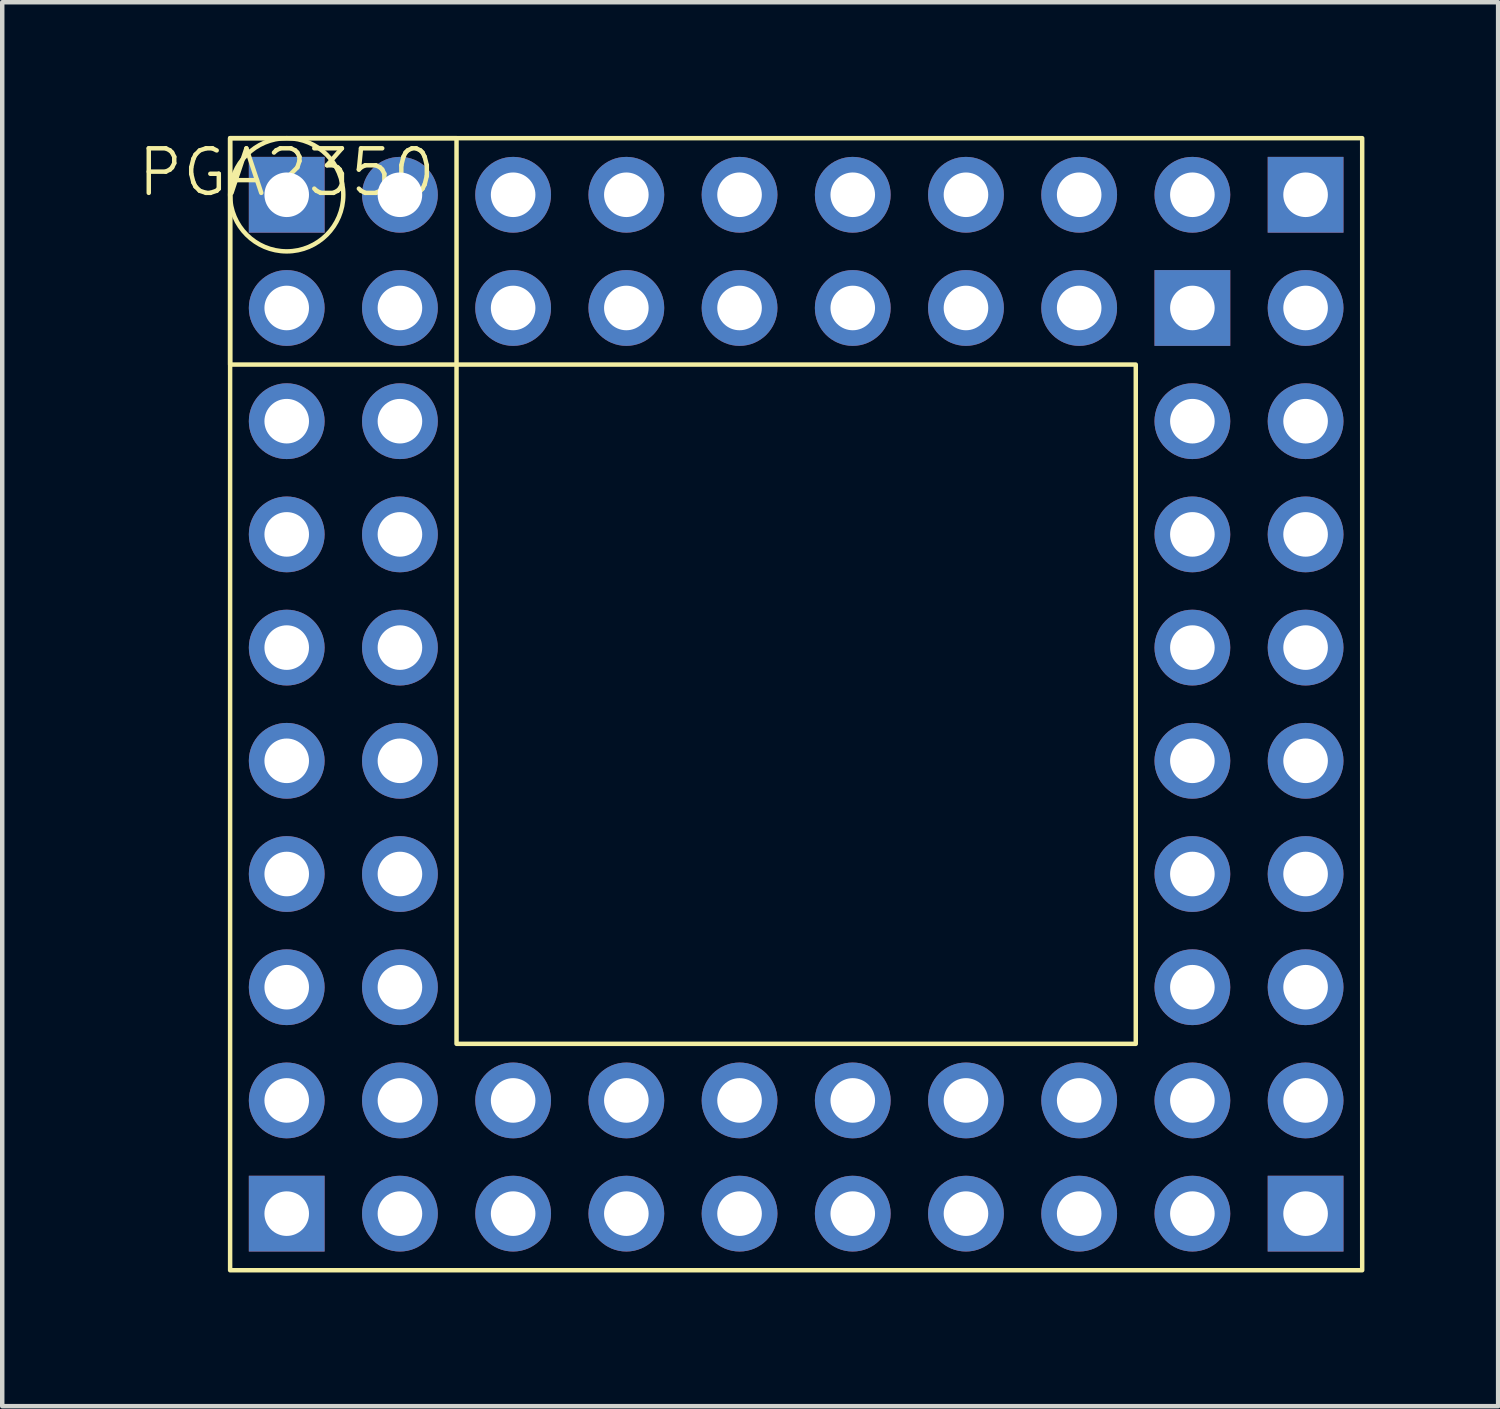
<source format=kicad_pcb>
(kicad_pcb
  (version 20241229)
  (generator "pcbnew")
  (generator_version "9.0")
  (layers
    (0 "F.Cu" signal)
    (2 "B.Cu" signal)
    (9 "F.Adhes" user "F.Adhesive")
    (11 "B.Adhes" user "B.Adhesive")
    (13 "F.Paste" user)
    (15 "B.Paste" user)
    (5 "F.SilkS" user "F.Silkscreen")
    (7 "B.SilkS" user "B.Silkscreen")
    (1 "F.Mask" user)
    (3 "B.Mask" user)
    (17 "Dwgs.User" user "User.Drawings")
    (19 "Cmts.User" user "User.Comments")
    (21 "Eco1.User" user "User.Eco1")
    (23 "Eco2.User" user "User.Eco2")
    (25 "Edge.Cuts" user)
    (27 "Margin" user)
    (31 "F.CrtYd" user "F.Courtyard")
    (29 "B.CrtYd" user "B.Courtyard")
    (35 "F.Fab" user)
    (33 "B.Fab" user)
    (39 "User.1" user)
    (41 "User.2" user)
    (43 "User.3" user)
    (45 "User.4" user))
  (footprint "PGA2350"
    (layer "F.Cu")
    (at 3.383 1.32)
    (property "Reference" "PGA2350" (at 0 -0.5 0) (unlocked yes) (layer "F.SilkS") (effects (font (size 1 1) (thickness 0.1))))
    (attr through_hole)
    (fp_rect (start -1.27 -1.27) (end 3.81 3.81) (stroke (width 0.1) (type default)) (fill no) (layer "F.SilkS"))
    (fp_rect (start -1.27 -1.27) (end 24.13 24.13) (stroke (width 0.1) (type default)) (fill no) (layer "F.SilkS"))
    (fp_rect (start 3.81 3.81) (end 19.05 19.05) (stroke (width 0.1) (type default)) (fill no) (layer "F.SilkS"))
    (fp_circle (center 0 0) (end 0 1.27) (stroke (width 0.1) (type default)) (fill no) (layer "F.SilkS"))
    (pad "0" thru_hole oval (at 5.08 2.54) (size 1.7 1.7) (drill 1) (layers "*.Cu" "*.Mask"))
    (pad "1" thru_hole oval (at 2.54 0) (size 1.7 1.7) (drill 1) (layers "*.Cu" "*.Mask"))
    (pad "2" thru_hole oval (at 0 2.54) (size 1.7 1.7) (drill 1) (layers "*.Cu" "*.Mask"))
    (pad "3" thru_hole oval (at 2.54 5.08) (size 1.7 1.7) (drill 1) (layers "*.Cu" "*.Mask"))
    (pad "4" thru_hole oval (at 0 5.08) (size 1.7 1.7) (drill 1) (layers "*.Cu" "*.Mask"))
    (pad "5" thru_hole oval (at 2.54 7.62) (size 1.7 1.7) (drill 1) (layers "*.Cu" "*.Mask"))
    (pad "6" thru_hole oval (at 0 7.62) (size 1.7 1.7) (drill 1) (layers "*.Cu" "*.Mask"))
    (pad "7" thru_hole oval (at 2.54 10.16) (size 1.7 1.7) (drill 1) (layers "*.Cu" "*.Mask"))
    (pad "8" thru_hole oval (at 0 10.16) (size 1.7 1.7) (drill 1) (layers "*.Cu" "*.Mask"))
    (pad "9" thru_hole oval (at 2.54 12.7) (size 1.7 1.7) (drill 1) (layers "*.Cu" "*.Mask"))
    (pad "10" thru_hole oval (at 0 12.7) (size 1.7 1.7) (drill 1) (layers "*.Cu" "*.Mask"))
    (pad "11" thru_hole oval (at 2.54 15.24) (size 1.7 1.7) (drill 1) (layers "*.Cu" "*.Mask"))
    (pad "12" thru_hole oval (at 0 15.24) (size 1.7 1.7) (drill 1) (layers "*.Cu" "*.Mask"))
    (pad "13" thru_hole oval (at 2.54 17.78) (size 1.7 1.7) (drill 1) (layers "*.Cu" "*.Mask"))
    (pad "14" thru_hole oval (at 0 17.78) (size 1.7 1.7) (drill 1) (layers "*.Cu" "*.Mask"))
    (pad "15" thru_hole oval (at 2.54 20.32) (size 1.7 1.7) (drill 1) (layers "*.Cu" "*.Mask"))
    (pad "16" thru_hole oval (at 0 20.32) (size 1.7 1.7) (drill 1) (layers "*.Cu" "*.Mask"))
    (pad "17" thru_hole oval (at 2.54 22.86) (size 1.7 1.7) (drill 1) (layers "*.Cu" "*.Mask"))
    (pad "18" thru_hole oval (at 5.08 22.86) (size 1.7 1.7) (drill 1) (layers "*.Cu" "*.Mask"))
    (pad "19" thru_hole oval (at 5.08 20.32) (size 1.7 1.7) (drill 1) (layers "*.Cu" "*.Mask"))
    (pad "20" thru_hole oval (at 7.62 22.86) (size 1.7 1.7) (drill 1) (layers "*.Cu" "*.Mask"))
    (pad "21" thru_hole oval (at 7.62 20.32) (size 1.7 1.7) (drill 1) (layers "*.Cu" "*.Mask"))
    (pad "22" thru_hole oval (at 10.16 22.86) (size 1.7 1.7) (drill 1) (layers "*.Cu" "*.Mask"))
    (pad "23" thru_hole oval (at 10.16 20.32) (size 1.7 1.7) (drill 1) (layers "*.Cu" "*.Mask"))
    (pad "24" thru_hole oval (at 12.7 22.86) (size 1.7 1.7) (drill 1) (layers "*.Cu" "*.Mask"))
    (pad "25" thru_hole oval (at 12.7 20.32) (size 1.7 1.7) (drill 1) (layers "*.Cu" "*.Mask"))
    (pad "26" thru_hole oval (at 15.24 22.86) (size 1.7 1.7) (drill 1) (layers "*.Cu" "*.Mask"))
    (pad "27" thru_hole oval (at 15.24 20.32) (size 1.7 1.7) (drill 1) (layers "*.Cu" "*.Mask"))
    (pad "28" thru_hole oval (at 17.78 22.86) (size 1.7 1.7) (drill 1) (layers "*.Cu" "*.Mask"))
    (pad "29" thru_hole oval (at 17.78 20.32) (size 1.7 1.7) (drill 1) (layers "*.Cu" "*.Mask"))
    (pad "30" thru_hole oval (at 20.32 22.86) (size 1.7 1.7) (drill 1) (layers "*.Cu" "*.Mask"))
    (pad "31" thru_hole oval (at 20.32 20.32) (size 1.7 1.7) (drill 1) (layers "*.Cu" "*.Mask"))
    (pad "32" thru_hole oval (at 22.86 20.32) (size 1.7 1.7) (drill 1) (layers "*.Cu" "*.Mask"))
    (pad "33" thru_hole oval (at 20.32 17.78) (size 1.7 1.7) (drill 1) (layers "*.Cu" "*.Mask"))
    (pad "34" thru_hole oval (at 22.86 17.78) (size 1.7 1.7) (drill 1) (layers "*.Cu" "*.Mask"))
    (pad "35" thru_hole oval (at 20.32 15.24) (size 1.7 1.7) (drill 1) (layers "*.Cu" "*.Mask"))
    (pad "36" thru_hole oval (at 22.86 15.24) (size 1.7 1.7) (drill 1) (layers "*.Cu" "*.Mask"))
    (pad "37" thru_hole oval (at 20.32 12.7) (size 1.7 1.7) (drill 1) (layers "*.Cu" "*.Mask"))
    (pad "38" thru_hole oval (at 22.86 12.7) (size 1.7 1.7) (drill 1) (layers "*.Cu" "*.Mask"))
    (pad "39" thru_hole oval (at 20.32 10.16) (size 1.7 1.7) (drill 1) (layers "*.Cu" "*.Mask"))
    (pad "40" thru_hole oval (at 22.86 10.16) (size 1.7 1.7) (drill 1) (layers "*.Cu" "*.Mask"))
    (pad "41" thru_hole oval (at 20.32 7.62) (size 1.7 1.7) (drill 1) (layers "*.Cu" "*.Mask"))
    (pad "42" thru_hole oval (at 22.86 7.62) (size 1.7 1.7) (drill 1) (layers "*.Cu" "*.Mask"))
    (pad "43" thru_hole oval (at 20.32 5.08) (size 1.7 1.7) (drill 1) (layers "*.Cu" "*.Mask"))
    (pad "44" thru_hole oval (at 22.86 5.08) (size 1.7 1.7) (drill 1) (layers "*.Cu" "*.Mask"))
    (pad "45" thru_hole oval (at 22.86 2.54) (size 1.7 1.7) (drill 1) (layers "*.Cu" "*.Mask"))
    (pad "46" thru_hole oval (at 20.32 0) (size 1.7 1.7) (drill 1) (layers "*.Cu" "*.Mask"))
    (pad "47" thru_hole oval (at 17.78 2.54) (size 1.7 1.7) (drill 1) (layers "*.Cu" "*.Mask"))
    (pad "48" thru_hole oval (at 17.78 0) (size 1.7 1.7) (drill 1) (layers "*.Cu" "*.Mask"))
    (pad "49" thru_hole oval (at 15.24 2.54) (size 1.7 1.7) (drill 1) (layers "*.Cu" "*.Mask"))
    (pad "50" thru_hole oval (at 15.24 0) (size 1.7 1.7) (drill 1) (layers "*.Cu" "*.Mask"))
    (pad "51" thru_hole oval (at 12.7 0) (size 1.7 1.7) (drill 1) (layers "*.Cu" "*.Mask"))
    (pad "52" thru_hole oval (at 12.7 2.54) (size 1.7 1.7) (drill 1) (layers "*.Cu" "*.Mask"))
    (pad "53" thru_hole oval (at 10.16 0) (size 1.7 1.7) (drill 1) (layers "*.Cu" "*.Mask"))
    (pad "54" thru_hole oval (at 10.16 2.54) (size 1.7 1.7) (drill 1) (layers "*.Cu" "*.Mask"))
    (pad "55" thru_hole oval (at 7.62 0) (size 1.7 1.7) (drill 1) (layers "*.Cu" "*.Mask"))
    (pad "56" thru_hole oval (at 7.62 2.54) (size 1.7 1.7) (drill 1) (layers "*.Cu" "*.Mask"))
    (pad "57" thru_hole oval (at 5.08 0) (size 1.7 1.7) (drill 1) (layers "*.Cu" "*.Mask"))
    (pad "58" thru_hole rect (at 0 0) (size 1.7 1.7) (drill 1) (layers "*.Cu" "*.Mask"))
    (pad "59" thru_hole oval (at 2.54 2.54) (size 1.7 1.7) (drill 1) (layers "*.Cu" "*.Mask"))
    (pad "60" thru_hole rect (at 0 22.86) (size 1.7 1.7) (drill 1) (layers "*.Cu" "*.Mask"))
    (pad "61" thru_hole rect (at 22.86 22.86) (size 1.7 1.7) (drill 1) (layers "*.Cu" "*.Mask"))
    (pad "62" thru_hole rect (at 22.86 0) (size 1.7 1.7) (drill 1) (layers "*.Cu" "*.Mask"))
    (pad "63" thru_hole rect (at 20.32 2.54) (size 1.7 1.7) (drill 1) (layers "*.Cu" "*.Mask")))
  (gr_rect
    (start -3 -3)
    (end 30.563 28.5)
    (stroke (width 0.1) (type default))
    (fill no)
    (layer "Edge.Cuts")))
</source>
